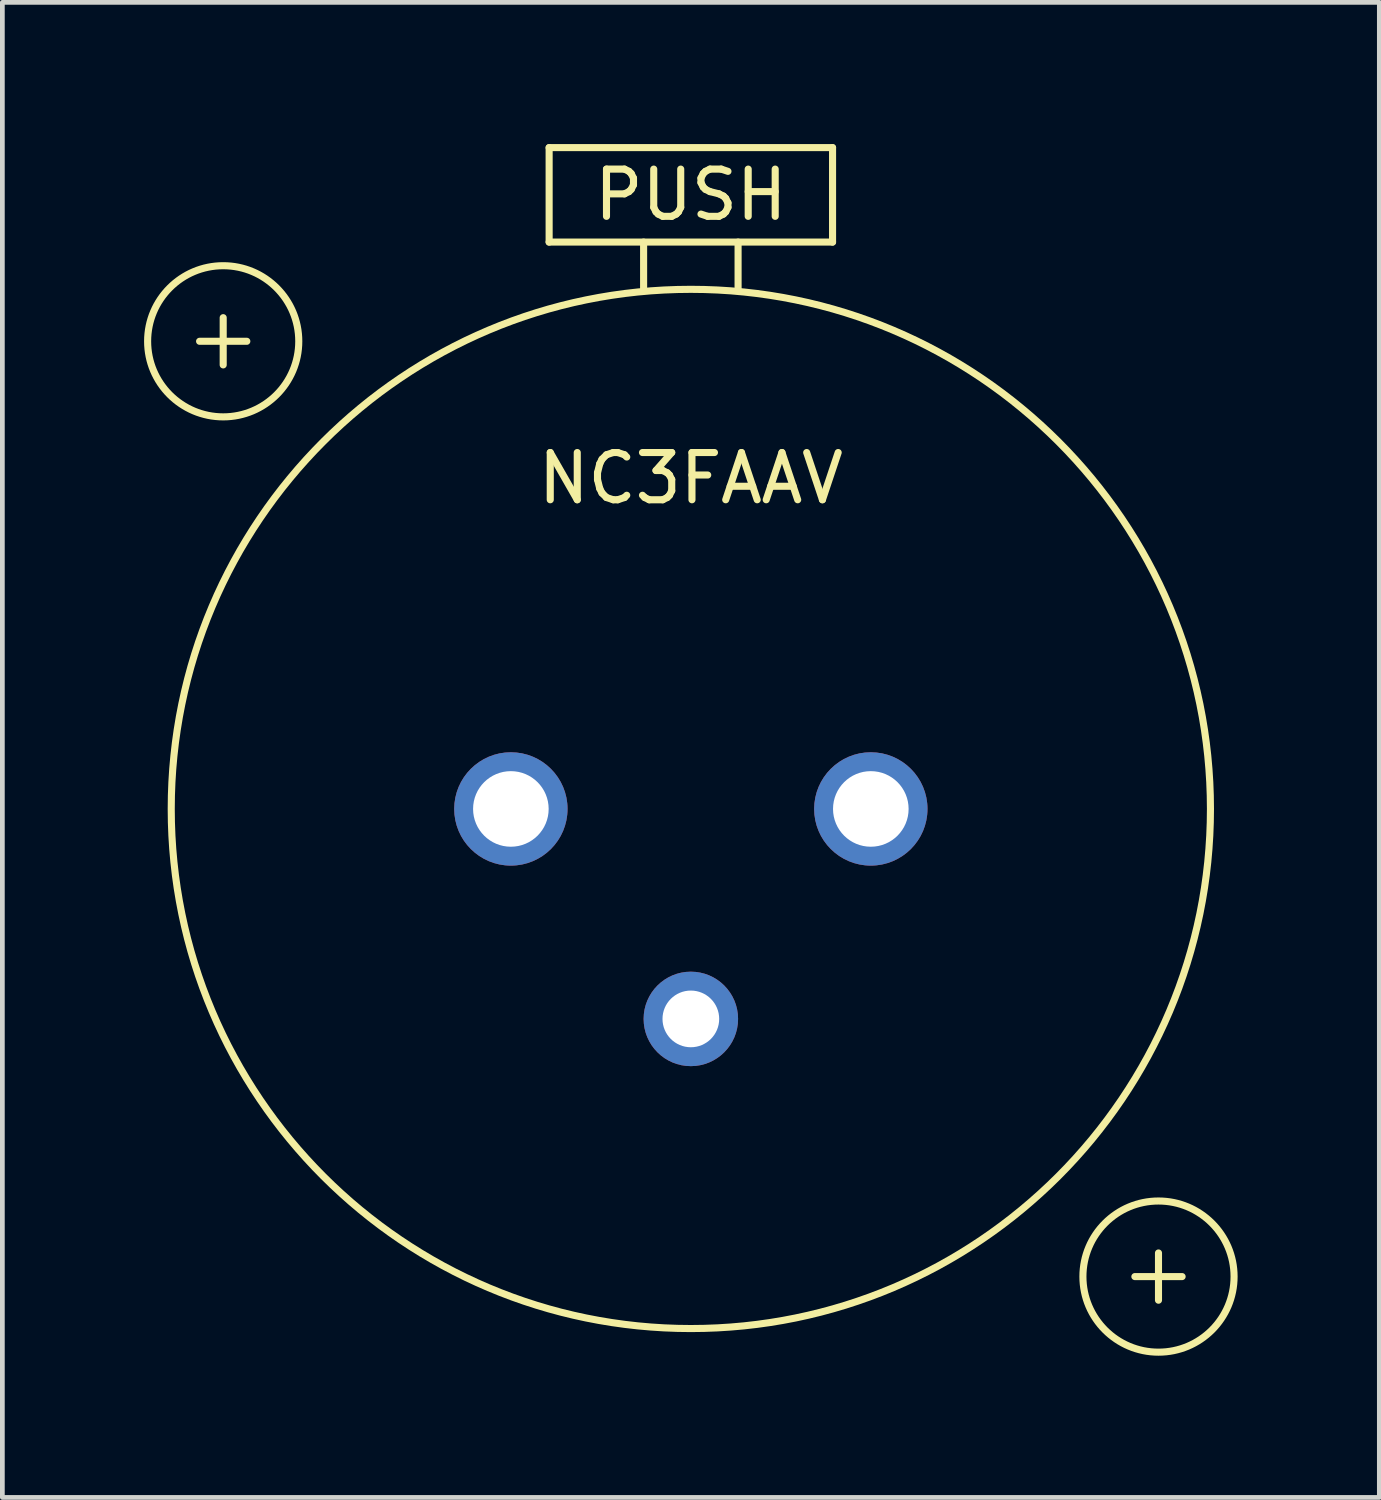
<source format=kicad_pcb>
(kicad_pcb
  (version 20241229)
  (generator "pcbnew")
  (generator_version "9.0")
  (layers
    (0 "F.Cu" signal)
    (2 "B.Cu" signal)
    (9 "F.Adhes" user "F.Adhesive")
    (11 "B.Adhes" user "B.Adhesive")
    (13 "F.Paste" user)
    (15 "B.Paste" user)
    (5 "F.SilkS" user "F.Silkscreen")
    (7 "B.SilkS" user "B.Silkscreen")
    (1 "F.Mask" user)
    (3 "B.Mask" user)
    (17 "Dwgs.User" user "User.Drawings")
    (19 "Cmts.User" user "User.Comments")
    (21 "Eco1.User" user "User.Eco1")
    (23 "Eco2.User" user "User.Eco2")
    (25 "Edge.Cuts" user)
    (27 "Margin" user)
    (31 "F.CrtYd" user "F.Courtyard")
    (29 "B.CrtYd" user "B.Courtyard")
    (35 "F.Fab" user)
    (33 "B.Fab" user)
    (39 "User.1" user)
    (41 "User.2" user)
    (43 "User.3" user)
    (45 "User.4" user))
  (footprint "NC3FAAV"
    (layer "F.Cu")
    (at 11.575 14.075)
    (property "Reference" "NC3FAAV" (at 0 -7 0) (layer "F.SilkS") (effects (font (size 1 1) (thickness 0.15))))
    (attr through_hole)
    (fp_line (start -10.4 -9.9) (end -9.4 -9.9) (stroke (width 0.15) (type solid)) (layer "F.SilkS"))
    (fp_line (start -9.9 -10.4) (end -9.9 -9.4) (stroke (width 0.15) (type solid)) (layer "F.SilkS"))
    (fp_line (start -3 -14) (end -3 -12) (stroke (width 0.15) (type solid)) (layer "F.SilkS"))
    (fp_line (start -3 -12) (end 3 -12) (stroke (width 0.15) (type solid)) (layer "F.SilkS"))
    (fp_line (start -1 -12) (end -1 -11) (stroke (width 0.15) (type solid)) (layer "F.SilkS"))
    (fp_line (start 1 -12) (end 1 -11) (stroke (width 0.15) (type solid)) (layer "F.SilkS"))
    (fp_line (start 3 -14) (end -3 -14) (stroke (width 0.15) (type solid)) (layer "F.SilkS"))
    (fp_line (start 3 -12) (end 3 -14) (stroke (width 0.15) (type solid)) (layer "F.SilkS"))
    (fp_line (start 9.4 9.9) (end 10.4 9.9) (stroke (width 0.15) (type solid)) (layer "F.SilkS"))
    (fp_line (start 9.9 9.4) (end 9.9 10.4) (stroke (width 0.15) (type solid)) (layer "F.SilkS"))
    (fp_circle (center -9.9 -9.9) (end -11.5 -9.9) (stroke (width 0.15) (type solid)) (fill no) (layer "F.SilkS"))
    (fp_circle (center 0 0) (end 11 0) (stroke (width 0.15) (type solid)) (fill no) (layer "F.SilkS"))
    (fp_circle (center 9.9 9.9) (end 11.5 9.9) (stroke (width 0.15) (type solid)) (fill no) (layer "F.SilkS"))
    (fp_text user "PUSH" (at 0 -13 0) (layer "F.SilkS") (effects (font (size 1 1) (thickness 0.15))))
    (pad "1" thru_hole circle (at 3.81 0) (size 2.4 2.4) (drill 1.6) (layers "*.Cu" "*.Mask"))
    (pad "2" thru_hole circle (at -3.81 0) (size 2.4 2.4) (drill 1.6) (layers "*.Cu" "*.Mask"))
    (pad "3" thru_hole circle (at 0 4.445) (size 2 2) (drill 1.2) (layers "*.Cu" "*.Mask")))
  (gr_rect
    (start -3 -3)
    (end 26.15 28.65)
    (stroke (width 0.1) (type default))
    (fill no)
    (layer "Edge.Cuts")))
</source>
